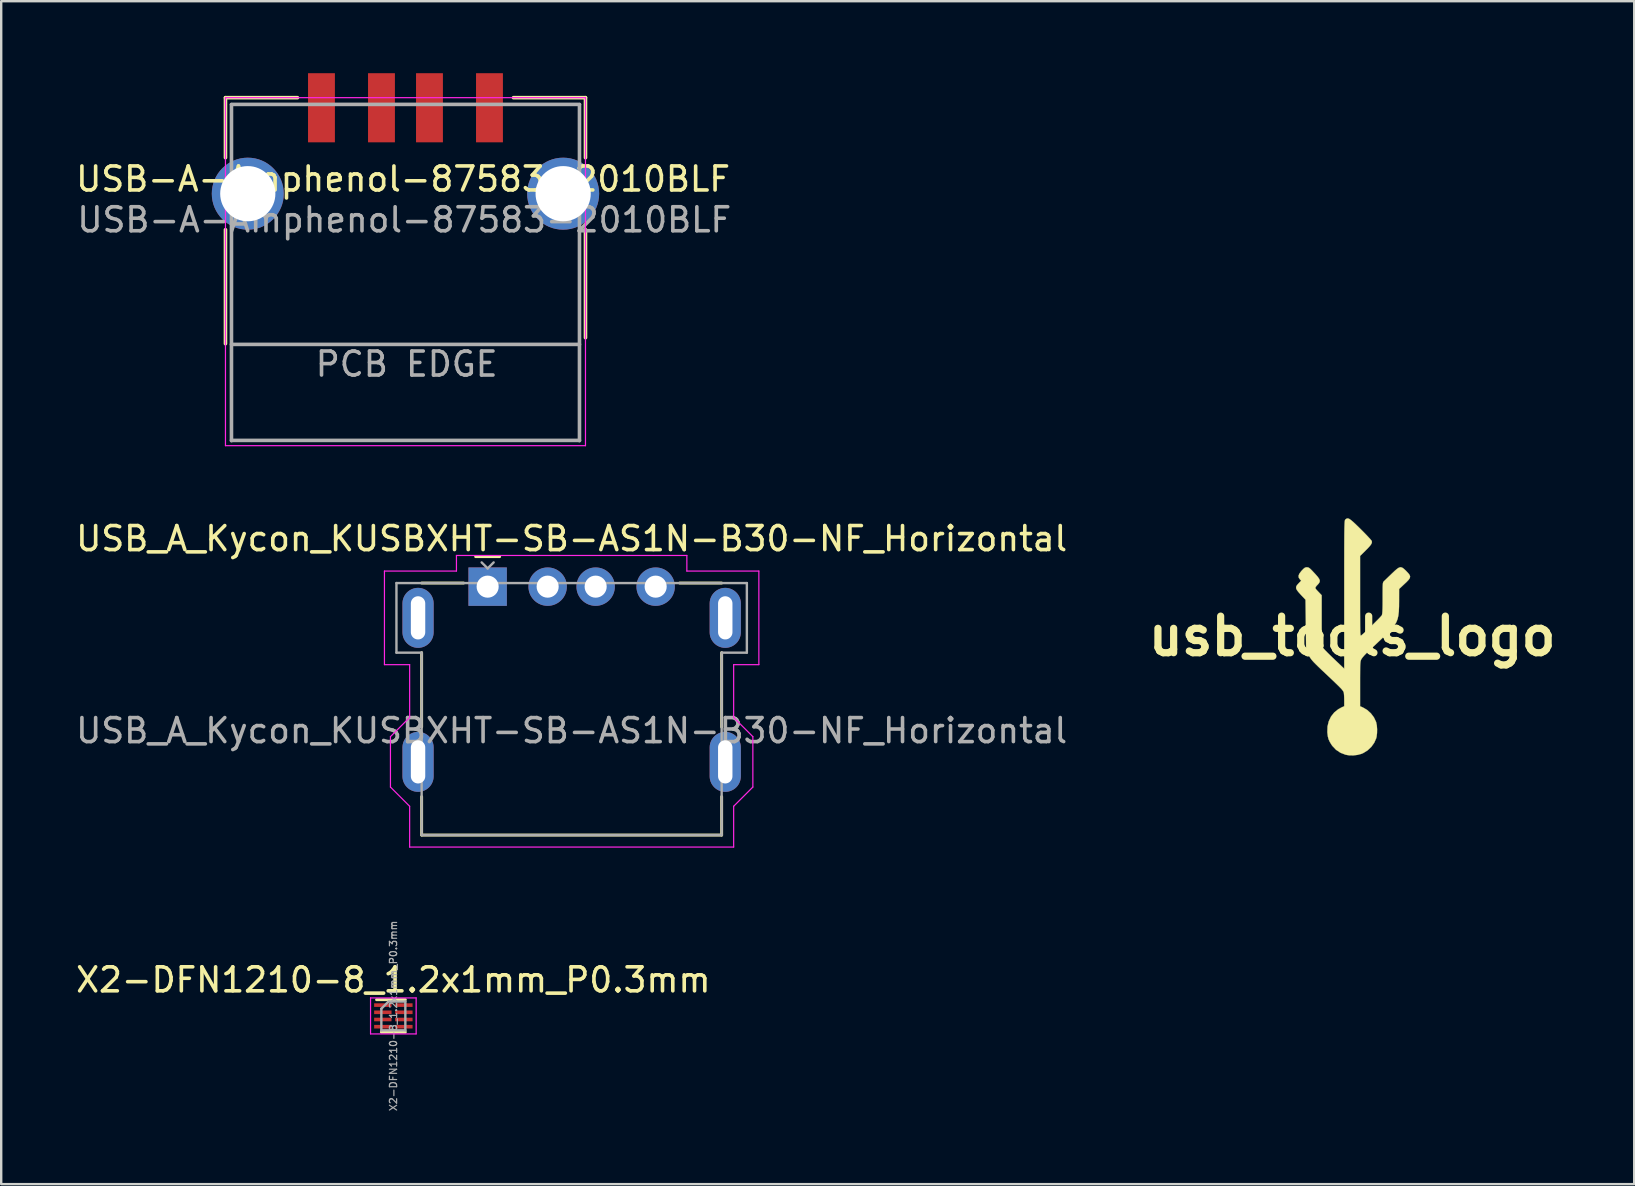
<source format=kicad_pcb>
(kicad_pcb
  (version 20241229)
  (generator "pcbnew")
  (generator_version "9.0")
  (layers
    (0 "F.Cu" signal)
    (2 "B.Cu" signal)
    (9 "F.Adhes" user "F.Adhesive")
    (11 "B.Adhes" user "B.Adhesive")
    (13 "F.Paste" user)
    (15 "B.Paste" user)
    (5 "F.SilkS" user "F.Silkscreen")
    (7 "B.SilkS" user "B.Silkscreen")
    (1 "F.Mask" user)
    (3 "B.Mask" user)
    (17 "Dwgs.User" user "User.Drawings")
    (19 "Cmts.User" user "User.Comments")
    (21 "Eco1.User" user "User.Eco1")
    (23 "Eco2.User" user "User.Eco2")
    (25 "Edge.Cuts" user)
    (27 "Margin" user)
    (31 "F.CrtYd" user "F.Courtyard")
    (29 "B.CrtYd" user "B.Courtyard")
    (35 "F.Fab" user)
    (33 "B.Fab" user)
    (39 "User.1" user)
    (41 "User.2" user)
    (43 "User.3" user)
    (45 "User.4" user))
  (footprint "X2-DFN1210-8_1.2x1mm_P0.3mm"
    (layer "F.Cu")
    (at 13.339 39.278)
    (property "Reference" "X2-DFN1210-8_1.2x1mm_P0.3mm" (at 0 -1.5 0) (layer "F.SilkS") (effects (font (size 1 1) (thickness 0.15))))
    (attr smd)
    (fp_line (start 0.5 -0.675) (end -0.7 -0.675) (stroke (width 0.12) (type solid)) (layer "F.SilkS"))
    (fp_line (start 0.5 0.675) (end -0.5 0.675) (stroke (width 0.12) (type solid)) (layer "F.SilkS"))
    (fp_line (start -0.95 -0.75) (end 0.95 -0.75) (stroke (width 0.05) (type solid)) (layer "F.CrtYd"))
    (fp_line (start -0.95 0.75) (end -0.95 -0.75) (stroke (width 0.05) (type solid)) (layer "F.CrtYd"))
    (fp_line (start 0.95 -0.75) (end 0.95 0.75) (stroke (width 0.05) (type solid)) (layer "F.CrtYd"))
    (fp_line (start 0.95 0.75) (end -0.95 0.75) (stroke (width 0.05) (type solid)) (layer "F.CrtYd"))
    (fp_line (start -0.5 0.6) (end -0.5 -0.3) (stroke (width 0.1) (type solid)) (layer "F.Fab"))
    (fp_line (start -0.2 -0.6) (end -0.5 -0.3) (stroke (width 0.1) (type solid)) (layer "F.Fab"))
    (fp_line (start 0.5 -0.6) (end -0.2 -0.6) (stroke (width 0.1) (type solid)) (layer "F.Fab"))
    (fp_line (start 0.5 -0.6) (end 0.5 0.6) (stroke (width 0.1) (type solid)) (layer "F.Fab"))
    (fp_line (start 0.5 0.6) (end -0.5 0.6) (stroke (width 0.1) (type solid)) (layer "F.Fab"))
    (fp_text user "${REFERENCE}" (at 0 0 90) (layer "F.Fab") (effects (font (size 0.3 0.3) (thickness 0.05))))
    (pad "1" smd rect (at -0.438 -0.45 270) (size 0.15 0.725) (layers "F.Cu" "F.Mask" "F.Paste"))
    (pad "2" smd rect (at -0.438 -0.15 270) (size 0.15 0.725) (layers "F.Cu" "F.Mask" "F.Paste"))
    (pad "3" smd rect (at -0.438 0.15 270) (size 0.15 0.725) (layers "F.Cu" "F.Mask" "F.Paste"))
    (pad "4" smd rect (at -0.438 0.45 270) (size 0.15 0.725) (layers "F.Cu" "F.Mask" "F.Paste"))
    (pad "5" smd rect (at 0.438 0.45 270) (size 0.15 0.725) (layers "F.Cu" "F.Mask" "F.Paste"))
    (pad "6" smd rect (at 0.438 0.15 270) (size 0.15 0.725) (layers "F.Cu" "F.Mask" "F.Paste"))
    (pad "7" smd rect (at 0.438 -0.15 270) (size 0.15 0.725) (layers "F.Cu" "F.Mask" "F.Paste"))
    (pad "8" smd rect (at 0.438 -0.45 270) (size 0.15 0.725) (layers "F.Cu" "F.Mask" "F.Paste")))
  (footprint "USB_A_Kycon_KUSBXHT-SB-AS1N-B30-NF_Horizontal"
    (layer "F.Cu")
    (at 17.268 21.393)
    (property "Reference" "USB_A_Kycon_KUSBXHT-SB-AS1N-B30-NF_Horizontal" (at 3.5 -2 0) (layer "F.SilkS") (effects (font (size 1 1) (thickness 0.15))))
    (attr through_hole)
    (fp_line (start -2.75 -0.15) (end -1 -0.15) (stroke (width 0.12) (type solid)) (layer "F.SilkS"))
    (fp_line (start -2.75 2.75) (end -2.75 5.85) (stroke (width 0.12) (type solid)) (layer "F.SilkS"))
    (fp_line (start -2.75 8.75) (end -2.75 10.35) (stroke (width 0.12) (type solid)) (layer "F.SilkS"))
    (fp_line (start -2.75 10.35) (end 9.75 10.35) (stroke (width 0.12) (type solid)) (layer "F.SilkS"))
    (fp_line (start -0.5 -1.25) (end 0.5 -1.25) (stroke (width 0.12) (type solid)) (layer "F.SilkS"))
    (fp_line (start 9.75 -0.15) (end 8 -0.15) (stroke (width 0.12) (type solid)) (layer "F.SilkS"))
    (fp_line (start 9.75 2.75) (end 9.75 5.85) (stroke (width 0.12) (type solid)) (layer "F.SilkS"))
    (fp_line (start 9.75 10.35) (end 9.75 8.75) (stroke (width 0.12) (type solid)) (layer "F.SilkS"))
    (fp_line (start -4.3 -0.65) (end -1.3 -0.65) (stroke (width 0.05) (type solid)) (layer "F.CrtYd"))
    (fp_line (start -4.3 3.25) (end -4.3 -0.65) (stroke (width 0.05) (type solid)) (layer "F.CrtYd"))
    (fp_line (start -4.05 6.25) (end -4.05 8.35) (stroke (width 0.05) (type solid)) (layer "F.CrtYd"))
    (fp_line (start -3.25 3.25) (end -4.3 3.25) (stroke (width 0.05) (type solid)) (layer "F.CrtYd"))
    (fp_line (start -3.25 5.45) (end -4.05 6.25) (stroke (width 0.05) (type solid)) (layer "F.CrtYd"))
    (fp_line (start -3.25 5.45) (end -3.25 3.25) (stroke (width 0.05) (type solid)) (layer "F.CrtYd"))
    (fp_line (start -3.25 9.15) (end -4.05 8.35) (stroke (width 0.05) (type solid)) (layer "F.CrtYd"))
    (fp_line (start -3.25 9.15) (end -3.25 10.85) (stroke (width 0.05) (type solid)) (layer "F.CrtYd"))
    (fp_line (start -1.3 -1.3) (end -1.3 -0.65) (stroke (width 0.05) (type solid)) (layer "F.CrtYd"))
    (fp_line (start -1.3 -1.3) (end 8.3 -1.3) (stroke (width 0.05) (type solid)) (layer "F.CrtYd"))
    (fp_line (start 8.3 -1.3) (end 8.3 -0.65) (stroke (width 0.05) (type solid)) (layer "F.CrtYd"))
    (fp_line (start 8.3 -0.65) (end 11.3 -0.65) (stroke (width 0.05) (type solid)) (layer "F.CrtYd"))
    (fp_line (start 10.25 3.25) (end 10.25 5.45) (stroke (width 0.05) (type solid)) (layer "F.CrtYd"))
    (fp_line (start 10.25 5.45) (end 11.05 6.25) (stroke (width 0.05) (type solid)) (layer "F.CrtYd"))
    (fp_line (start 10.25 9.15) (end 10.25 10.85) (stroke (width 0.05) (type solid)) (layer "F.CrtYd"))
    (fp_line (start 10.25 9.15) (end 11.05 8.35) (stroke (width 0.05) (type solid)) (layer "F.CrtYd"))
    (fp_line (start 10.25 10.85) (end -3.25 10.85) (stroke (width 0.05) (type solid)) (layer "F.CrtYd"))
    (fp_line (start 11.05 6.25) (end 11.05 8.35) (stroke (width 0.05) (type solid)) (layer "F.CrtYd"))
    (fp_line (start 11.3 -0.65) (end 11.3 3.25) (stroke (width 0.05) (type solid)) (layer "F.CrtYd"))
    (fp_line (start 11.3 3.25) (end 10.25 3.25) (stroke (width 0.05) (type solid)) (layer "F.CrtYd"))
    (fp_line (start -3.8 -0.15) (end -3.8 2.75) (stroke (width 0.1) (type solid)) (layer "F.Fab"))
    (fp_line (start -3.8 -0.15) (end 10.8 -0.15) (stroke (width 0.1) (type solid)) (layer "F.Fab"))
    (fp_line (start -3.8 2.75) (end -2.75 2.75) (stroke (width 0.1) (type solid)) (layer "F.Fab"))
    (fp_line (start -2.75 10.35) (end -2.75 2.75) (stroke (width 0.1) (type solid)) (layer "F.Fab"))
    (fp_line (start -2.75 10.35) (end 9.75 10.35) (stroke (width 0.1) (type solid)) (layer "F.Fab"))
    (fp_line (start -0.25 -1.01) (end 0 -0.76) (stroke (width 0.1) (type solid)) (layer "F.Fab"))
    (fp_line (start 0 -0.76) (end 0.25 -1.01) (stroke (width 0.1) (type solid)) (layer "F.Fab"))
    (fp_line (start 9.75 10.35) (end 9.75 2.75) (stroke (width 0.1) (type solid)) (layer "F.Fab"))
    (fp_line (start 10.8 -0.15) (end 10.8 2.75) (stroke (width 0.1) (type solid)) (layer "F.Fab"))
    (fp_line (start 10.8 2.75) (end 9.75 2.75) (stroke (width 0.1) (type solid)) (layer "F.Fab"))
    (fp_text user "${REFERENCE}" (at 3.5 6 0) (layer "F.Fab") (effects (font (size 1 1) (thickness 0.15))))
    (pad "1" thru_hole rect (at 0 0) (size 1.6 1.6) (drill 0.92) (layers "*.Cu" "*.Mask"))
    (pad "2" thru_hole circle (at 2.5 0) (size 1.6 1.6) (drill 0.92) (layers "*.Cu" "*.Mask"))
    (pad "3" thru_hole circle (at 4.5 0) (size 1.6 1.6) (drill 0.92) (layers "*.Cu" "*.Mask"))
    (pad "4" thru_hole circle (at 7 0) (size 1.6 1.6) (drill 0.92) (layers "*.Cu" "*.Mask"))
    (pad "5" thru_hole oval (at -2.9 1.3) (size 1.3 2.5) (drill oval 0.6 1.8) (layers "*.Cu" "*.Mask"))
    (pad "5" thru_hole oval (at -2.9 7.3) (size 1.3 2.5) (drill oval 0.6 1.8) (layers "*.Cu" "*.Mask"))
    (pad "5" thru_hole oval (at 9.9 1.3) (size 1.3 2.5) (drill oval 0.6 1.8) (layers "*.Cu" "*.Mask"))
    (pad "5" thru_hole oval (at 9.9 7.3) (size 1.3 2.5) (drill oval 0.6 1.8) (layers "*.Cu" "*.Mask")))
  (footprint "usb_tools_logo"
    (layer "F.Cu")
    (at 53.288 23.456)
    (property "Reference" "usb_tools_logo" (at 0 0 0) (layer "F.SilkS") (effects (font (size 1.524 1.524) (thickness 0.3))))
    (attr through_hole)
    (fp_poly (pts (xy -0.165 -4.904) (xy -0.113 -4.882) (xy -0.047 -4.836) (xy 0.038 -4.764) (xy 0.147 -4.663) (xy 0.284 -4.529) (xy 0.35 -4.464) (xy 0.474 -4.34) (xy 0.587 -4.224) (xy 0.682 -4.123) (xy 0.756 -4.042) (xy 0.802 -3.987) (xy 0.815 -3.967) (xy 0.824 -3.921) (xy 0.813 -3.87) (xy 0.778 -3.808) (xy 0.714 -3.729) (xy 0.618 -3.627) (xy 0.548 -3.557) (xy 0.33 -3.341) (xy 0.33 -1.669) (xy 0.33 -1.337) (xy 0.33 -1.052) (xy 0.331 -0.811) (xy 0.332 -0.61) (xy 0.333 -0.446) (xy 0.335 -0.314) (xy 0.337 -0.213) (xy 0.34 -0.137) (xy 0.344 -0.084) (xy 0.349 -0.05) (xy 0.355 -0.031) (xy 0.363 -0.025) (xy 0.371 -0.026) (xy 0.377 -0.03) (xy 0.425 -0.069) (xy 0.498 -0.134) (xy 0.591 -0.22) (xy 0.696 -0.321) (xy 0.808 -0.429) (xy 0.919 -0.538) (xy 1.023 -0.642) (xy 1.114 -0.734) (xy 1.183 -0.808) (xy 1.226 -0.856) (xy 1.234 -0.869) (xy 1.246 -0.902) (xy 1.255 -0.955) (xy 1.261 -1.035) (xy 1.266 -1.146) (xy 1.269 -1.294) (xy 1.27 -1.484) (xy 1.27 -1.587) (xy 1.27 -1.786) (xy 1.271 -1.939) (xy 1.272 -2.055) (xy 1.276 -2.139) (xy 1.281 -2.197) (xy 1.289 -2.236) (xy 1.301 -2.262) (xy 1.316 -2.281) (xy 1.329 -2.294) (xy 1.368 -2.331) (xy 1.435 -2.396) (xy 1.522 -2.48) (xy 1.621 -2.575) (xy 1.657 -2.61) (xy 1.781 -2.727) (xy 1.877 -2.809) (xy 1.953 -2.857) (xy 2.019 -2.873) (xy 2.08 -2.858) (xy 2.146 -2.814) (xy 2.225 -2.741) (xy 2.255 -2.711) (xy 2.341 -2.62) (xy 2.395 -2.547) (xy 2.415 -2.483) (xy 2.401 -2.419) (xy 2.351 -2.345) (xy 2.264 -2.254) (xy 2.184 -2.179) (xy 1.956 -1.965) (xy 1.955 -1.472) (xy 1.953 -1.228) (xy 1.944 -1.027) (xy 1.925 -0.859) (xy 1.893 -0.716) (xy 1.844 -0.589) (xy 1.775 -0.47) (xy 1.683 -0.349) (xy 1.564 -0.219) (xy 1.415 -0.07) (xy 1.408 -0.064) (xy 1.269 0.07) (xy 1.113 0.219) (xy 0.956 0.368) (xy 0.812 0.503) (xy 0.752 0.559) (xy 0.614 0.691) (xy 0.503 0.805) (xy 0.425 0.897) (xy 0.383 0.959) (xy 0.369 0.989) (xy 0.358 1.02) (xy 0.349 1.059) (xy 0.343 1.111) (xy 0.338 1.181) (xy 0.334 1.274) (xy 0.332 1.397) (xy 0.331 1.554) (xy 0.33 1.75) (xy 0.33 1.992) (xy 0.33 2.919) (xy 0.449 2.971) (xy 0.625 3.075) (xy 0.781 3.216) (xy 0.908 3.385) (xy 0.995 3.57) (xy 1.002 3.594) (xy 1.028 3.722) (xy 1.039 3.877) (xy 1.036 4.038) (xy 1.019 4.184) (xy 1.002 4.255) (xy 0.92 4.442) (xy 0.797 4.614) (xy 0.641 4.76) (xy 0.461 4.871) (xy 0.387 4.903) (xy 0.227 4.946) (xy 0.049 4.968) (xy -0.128 4.965) (xy -0.274 4.94) (xy -0.49 4.856) (xy -0.675 4.732) (xy -0.826 4.572) (xy -0.859 4.525) (xy -0.935 4.4) (xy -0.985 4.29) (xy -1.014 4.173) (xy -1.031 4.03) (xy -1.034 4) (xy -1.027 3.764) (xy -0.975 3.546) (xy -0.881 3.35) (xy -0.747 3.18) (xy -0.576 3.042) (xy -0.438 2.967) (xy -0.33 2.919) (xy -0.33 2.682) (xy -0.332 2.566) (xy -0.337 2.46) (xy -0.344 2.381) (xy -0.347 2.361) (xy -0.355 2.331) (xy -0.371 2.299) (xy -0.397 2.26) (xy -0.437 2.211) (xy -0.495 2.149) (xy -0.574 2.069) (xy -0.678 1.968) (xy -0.81 1.841) (xy -0.973 1.687) (xy -1.092 1.575) (xy -1.262 1.415) (xy -1.399 1.284) (xy -1.507 1.178) (xy -1.592 1.092) (xy -1.658 1.019) (xy -1.709 0.956) (xy -1.75 0.897) (xy -1.785 0.837) (xy -1.819 0.771) (xy -1.823 0.763) (xy -1.918 0.574) (xy -1.943 -1.517) (xy -2.14 -1.727) (xy -2.241 -1.84) (xy -2.306 -1.927) (xy -2.336 -1.998) (xy -2.333 -2.062) (xy -2.298 -2.126) (xy -2.233 -2.199) (xy -2.23 -2.202) (xy -2.124 -2.311) (xy -2.18 -2.37) (xy -2.227 -2.441) (xy -2.234 -2.518) (xy -2.199 -2.605) (xy -2.121 -2.709) (xy -2.106 -2.726) (xy -2.032 -2.803) (xy -1.978 -2.847) (xy -1.93 -2.867) (xy -1.894 -2.87) (xy -1.855 -2.868) (xy -1.82 -2.859) (xy -1.783 -2.837) (xy -1.735 -2.797) (xy -1.671 -2.733) (xy -1.583 -2.639) (xy -1.53 -2.582) (xy -1.434 -2.472) (xy -1.374 -2.386) (xy -1.348 -2.317) (xy -1.355 -2.257) (xy -1.391 -2.197) (xy -1.416 -2.168) (xy -1.487 -2.092) (xy -1.525 -2.041) (xy -1.53 -1.998) (xy -1.502 -1.951) (xy -1.441 -1.885) (xy -1.413 -1.856) (xy -1.27 -1.706) (xy -1.27 -0.674) (xy -1.27 -0.406) (xy -1.269 -0.185) (xy -1.267 -0.005) (xy -1.264 0.138) (xy -1.26 0.248) (xy -1.254 0.33) (xy -1.248 0.389) (xy -1.239 0.428) (xy -1.234 0.443) (xy -1.22 0.471) (xy -1.197 0.505) (xy -1.161 0.548) (xy -1.109 0.604) (xy -1.037 0.677) (xy -0.942 0.771) (xy -0.82 0.889) (xy -0.668 1.034) (xy -0.502 1.192) (xy -0.33 1.355) (xy -0.33 -1.732) (xy -0.33 -2.192) (xy -0.33 -2.605) (xy -0.33 -2.972) (xy -0.329 -3.296) (xy -0.329 -3.581) (xy -0.328 -3.828) (xy -0.327 -4.04) (xy -0.326 -4.22) (xy -0.324 -4.371) (xy -0.322 -4.496) (xy -0.319 -4.597) (xy -0.316 -4.676) (xy -0.313 -4.737) (xy -0.309 -4.782) (xy -0.304 -4.814) (xy -0.298 -4.836) (xy -0.292 -4.849) (xy -0.286 -4.858) (xy -0.284 -4.86) (xy -0.245 -4.89) (xy -0.207 -4.906) (xy -0.165 -4.904)) (stroke (width 0.01) (type solid)) (fill yes) (layer "F.SilkS")))
  (footprint "USB-A-Amphenol-87583-2010BLF"
    (layer "F.Cu")
    (at 13.844 5.02)
    (property "Reference" "USB-A-Amphenol-87583-2010BLF" (at -0.1 -0.61 0) (layer "F.SilkS") (effects (font (size 1 1) (thickness 0.15))))
    (attr through_hole)
    (fp_line (start -7.5 -4) (end -4.5 -4) (stroke (width 0.15) (type solid)) (layer "F.SilkS"))
    (fp_line (start -7.5 -1.5) (end -7.5 -4) (stroke (width 0.15) (type solid)) (layer "F.SilkS"))
    (fp_line (start -7.5 6.25) (end -7.5 1.5) (stroke (width 0.15) (type solid)) (layer "F.SilkS"))
    (fp_line (start 4.5 -4) (end 7.5 -4) (stroke (width 0.15) (type solid)) (layer "F.SilkS"))
    (fp_line (start 7.5 -4) (end 7.5 -1.5) (stroke (width 0.15) (type solid)) (layer "F.SilkS"))
    (fp_line (start 7.5 1.5) (end 7.5 6) (stroke (width 0.15) (type solid)) (layer "F.SilkS"))
    (fp_line (start -7.5 10.5) (end -7.5 -4) (stroke (width 0.05) (type solid)) (layer "F.CrtYd"))
    (fp_line (start -7.5 10.5) (end 7.5 10.5) (stroke (width 0.05) (type solid)) (layer "F.CrtYd"))
    (fp_line (start 7.5 -4) (end -7.5 -4) (stroke (width 0.05) (type solid)) (layer "F.CrtYd"))
    (fp_line (start 7.5 10.5) (end 7.5 -4) (stroke (width 0.05) (type solid)) (layer "F.CrtYd"))
    (fp_line (start -7.25 -3.72) (end 7.25 -3.72) (stroke (width 0.15) (type solid)) (layer "F.Fab"))
    (fp_line (start -7.25 6.28) (end 7.25 6.28) (stroke (width 0.15) (type solid)) (layer "F.Fab"))
    (fp_line (start -7.25 10.29) (end -7.25 -3.71) (stroke (width 0.15) (type solid)) (layer "F.Fab"))
    (fp_line (start 7.25 -3.71) (end 7.25 10.29) (stroke (width 0.15) (type solid)) (layer "F.Fab"))
    (fp_line (start 7.25 10.28) (end -7.25 10.28) (stroke (width 0.15) (type solid)) (layer "F.Fab"))
    (fp_text user "PCB EDGE" (at 0.05 7.1 0) (layer "F.Fab") (effects (font (size 1 1) (thickness 0.15))))
    (fp_text user "${REFERENCE}" (at -0.05 1.09 0) (layer "F.Fab") (effects (font (size 1 1) (thickness 0.15))))
    (pad "0" thru_hole circle (at -6.57 0) (size 3 3) (drill 2.3) (layers "*.Cu" "*.Mask"))
    (pad "0" thru_hole circle (at 6.57 0) (size 3 3) (drill 2.3) (layers "*.Cu" "*.Mask"))
    (pad "1" smd rect (at -3.5 -3.58) (size 1.12 2.88) (layers "F.Cu" "F.Mask" "F.Paste"))
    (pad "2" smd rect (at -1 -3.58) (size 1.12 2.88) (layers "F.Cu" "F.Mask" "F.Paste"))
    (pad "3" smd rect (at 1 -3.58) (size 1.12 2.88) (layers "F.Cu" "F.Mask" "F.Paste"))
    (pad "4" smd rect (at 3.5 -3.58) (size 1.12 2.88) (layers "F.Cu" "F.Mask" "F.Paste")))
  (gr_rect
    (start -3 -3)
    (end 65.04 46.287)
    (stroke (width 0.1) (type default))
    (fill no)
    (layer "Edge.Cuts")))
</source>
